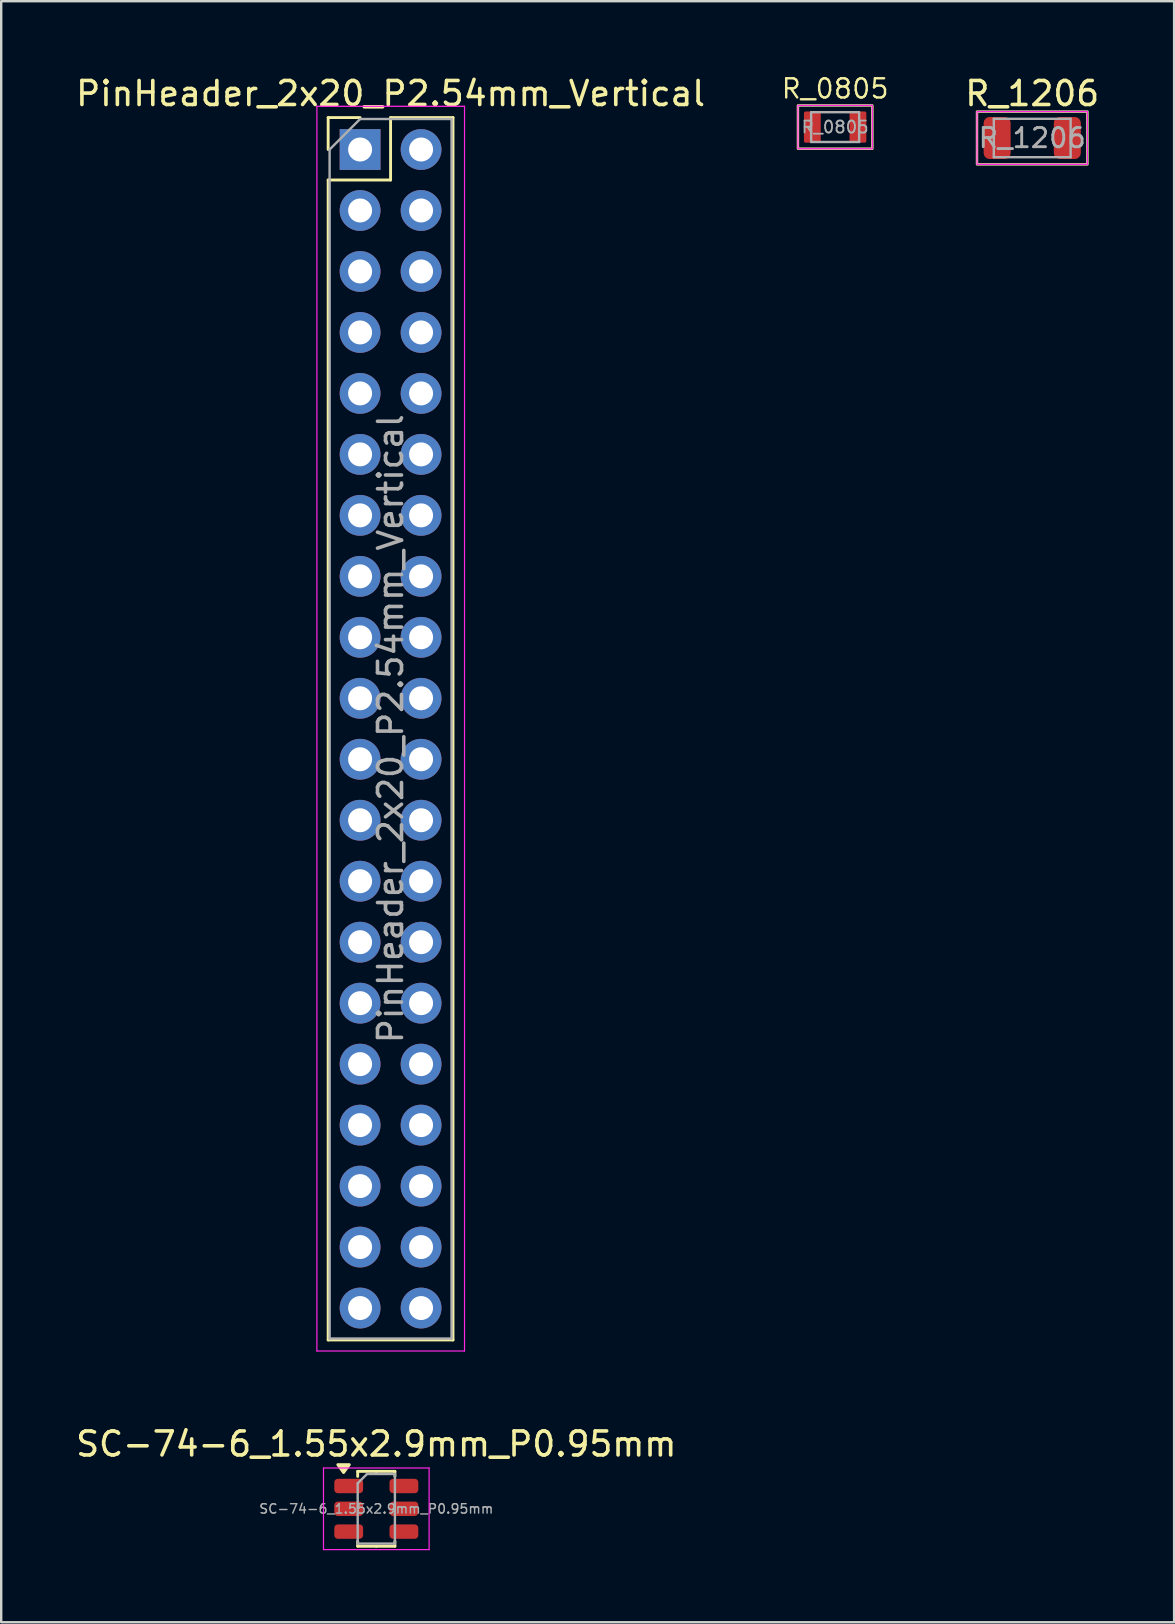
<source format=kicad_pcb>
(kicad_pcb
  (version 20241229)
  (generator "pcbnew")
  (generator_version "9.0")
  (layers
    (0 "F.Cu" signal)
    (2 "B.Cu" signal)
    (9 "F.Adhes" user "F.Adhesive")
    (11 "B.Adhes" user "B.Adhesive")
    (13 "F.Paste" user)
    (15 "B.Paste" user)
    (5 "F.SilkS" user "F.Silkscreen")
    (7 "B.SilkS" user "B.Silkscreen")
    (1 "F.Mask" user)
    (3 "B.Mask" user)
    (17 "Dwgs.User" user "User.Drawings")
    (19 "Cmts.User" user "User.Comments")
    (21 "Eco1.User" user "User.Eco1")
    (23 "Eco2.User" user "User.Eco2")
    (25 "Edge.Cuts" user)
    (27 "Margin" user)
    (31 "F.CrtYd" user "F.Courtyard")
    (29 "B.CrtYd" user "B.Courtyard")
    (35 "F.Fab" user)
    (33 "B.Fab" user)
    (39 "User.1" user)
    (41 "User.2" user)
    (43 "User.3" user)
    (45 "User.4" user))
  (footprint "PinHeader_2x20_P2.54mm_Vertical"
    (layer "F.Cu")
    (at 11.95 3.178)
    (property "Reference" "PinHeader_2x20_P2.54mm_Vertical" (at 1.27 -2.33 0) (layer "F.SilkS") (effects (font (size 1 1) (thickness 0.15))))
    (attr through_hole)
    (fp_line (start -1.33 -1.33) (end 0 -1.33) (stroke (width 0.12) (type solid)) (layer "F.SilkS"))
    (fp_line (start -1.33 0) (end -1.33 -1.33) (stroke (width 0.12) (type solid)) (layer "F.SilkS"))
    (fp_line (start -1.33 1.27) (end -1.33 49.59) (stroke (width 0.12) (type solid)) (layer "F.SilkS"))
    (fp_line (start -1.33 1.27) (end 1.27 1.27) (stroke (width 0.12) (type solid)) (layer "F.SilkS"))
    (fp_line (start -1.33 49.59) (end 3.87 49.59) (stroke (width 0.12) (type solid)) (layer "F.SilkS"))
    (fp_line (start 1.27 -1.33) (end 3.87 -1.33) (stroke (width 0.12) (type solid)) (layer "F.SilkS"))
    (fp_line (start 1.27 1.27) (end 1.27 -1.33) (stroke (width 0.12) (type solid)) (layer "F.SilkS"))
    (fp_line (start 3.87 -1.33) (end 3.87 49.59) (stroke (width 0.12) (type solid)) (layer "F.SilkS"))
    (fp_line (start -1.8 -1.8) (end -1.8 50.05) (stroke (width 0.05) (type solid)) (layer "F.CrtYd"))
    (fp_line (start -1.8 50.05) (end 4.35 50.05) (stroke (width 0.05) (type solid)) (layer "F.CrtYd"))
    (fp_line (start 4.35 -1.8) (end -1.8 -1.8) (stroke (width 0.05) (type solid)) (layer "F.CrtYd"))
    (fp_line (start 4.35 50.05) (end 4.35 -1.8) (stroke (width 0.05) (type solid)) (layer "F.CrtYd"))
    (fp_line (start -1.27 0) (end 0 -1.27) (stroke (width 0.1) (type solid)) (layer "F.Fab"))
    (fp_line (start -1.27 49.53) (end -1.27 0) (stroke (width 0.1) (type solid)) (layer "F.Fab"))
    (fp_line (start 0 -1.27) (end 3.81 -1.27) (stroke (width 0.1) (type solid)) (layer "F.Fab"))
    (fp_line (start 3.81 -1.27) (end 3.81 49.53) (stroke (width 0.1) (type solid)) (layer "F.Fab"))
    (fp_line (start 3.81 49.53) (end -1.27 49.53) (stroke (width 0.1) (type solid)) (layer "F.Fab"))
    (fp_text user "${REFERENCE}" (at 1.27 24.13 90) (layer "F.Fab") (effects (font (size 1 1) (thickness 0.15))))
    (pad "1" thru_hole rect (at 0 0) (size 1.7 1.7) (drill 1) (layers "*.Cu" "*.Mask"))
    (pad "2" thru_hole oval (at 2.54 0) (size 1.7 1.7) (drill 1) (layers "*.Cu" "*.Mask"))
    (pad "3" thru_hole oval (at 0 2.54) (size 1.7 1.7) (drill 1) (layers "*.Cu" "*.Mask"))
    (pad "4" thru_hole oval (at 2.54 2.54) (size 1.7 1.7) (drill 1) (layers "*.Cu" "*.Mask"))
    (pad "5" thru_hole oval (at 0 5.08) (size 1.7 1.7) (drill 1) (layers "*.Cu" "*.Mask"))
    (pad "6" thru_hole oval (at 2.54 5.08) (size 1.7 1.7) (drill 1) (layers "*.Cu" "*.Mask"))
    (pad "7" thru_hole oval (at 0 7.62) (size 1.7 1.7) (drill 1) (layers "*.Cu" "*.Mask"))
    (pad "8" thru_hole oval (at 2.54 7.62) (size 1.7 1.7) (drill 1) (layers "*.Cu" "*.Mask"))
    (pad "9" thru_hole oval (at 0 10.16) (size 1.7 1.7) (drill 1) (layers "*.Cu" "*.Mask"))
    (pad "10" thru_hole oval (at 2.54 10.16) (size 1.7 1.7) (drill 1) (layers "*.Cu" "*.Mask"))
    (pad "11" thru_hole oval (at 0 12.7) (size 1.7 1.7) (drill 1) (layers "*.Cu" "*.Mask"))
    (pad "12" thru_hole oval (at 2.54 12.7) (size 1.7 1.7) (drill 1) (layers "*.Cu" "*.Mask"))
    (pad "13" thru_hole oval (at 0 15.24) (size 1.7 1.7) (drill 1) (layers "*.Cu" "*.Mask"))
    (pad "14" thru_hole oval (at 2.54 15.24) (size 1.7 1.7) (drill 1) (layers "*.Cu" "*.Mask"))
    (pad "15" thru_hole oval (at 0 17.78) (size 1.7 1.7) (drill 1) (layers "*.Cu" "*.Mask"))
    (pad "16" thru_hole oval (at 2.54 17.78) (size 1.7 1.7) (drill 1) (layers "*.Cu" "*.Mask"))
    (pad "17" thru_hole oval (at 0 20.32) (size 1.7 1.7) (drill 1) (layers "*.Cu" "*.Mask"))
    (pad "18" thru_hole oval (at 2.54 20.32) (size 1.7 1.7) (drill 1) (layers "*.Cu" "*.Mask"))
    (pad "19" thru_hole oval (at 0 22.86) (size 1.7 1.7) (drill 1) (layers "*.Cu" "*.Mask"))
    (pad "20" thru_hole oval (at 2.54 22.86) (size 1.7 1.7) (drill 1) (layers "*.Cu" "*.Mask"))
    (pad "21" thru_hole oval (at 0 25.4) (size 1.7 1.7) (drill 1) (layers "*.Cu" "*.Mask"))
    (pad "22" thru_hole oval (at 2.54 25.4) (size 1.7 1.7) (drill 1) (layers "*.Cu" "*.Mask"))
    (pad "23" thru_hole oval (at 0 27.94) (size 1.7 1.7) (drill 1) (layers "*.Cu" "*.Mask"))
    (pad "24" thru_hole oval (at 2.54 27.94) (size 1.7 1.7) (drill 1) (layers "*.Cu" "*.Mask"))
    (pad "25" thru_hole oval (at 0 30.48) (size 1.7 1.7) (drill 1) (layers "*.Cu" "*.Mask"))
    (pad "26" thru_hole oval (at 2.54 30.48) (size 1.7 1.7) (drill 1) (layers "*.Cu" "*.Mask"))
    (pad "27" thru_hole oval (at 0 33.02) (size 1.7 1.7) (drill 1) (layers "*.Cu" "*.Mask"))
    (pad "28" thru_hole oval (at 2.54 33.02) (size 1.7 1.7) (drill 1) (layers "*.Cu" "*.Mask"))
    (pad "29" thru_hole oval (at 0 35.56) (size 1.7 1.7) (drill 1) (layers "*.Cu" "*.Mask"))
    (pad "30" thru_hole oval (at 2.54 35.56) (size 1.7 1.7) (drill 1) (layers "*.Cu" "*.Mask"))
    (pad "31" thru_hole oval (at 0 38.1) (size 1.7 1.7) (drill 1) (layers "*.Cu" "*.Mask"))
    (pad "32" thru_hole oval (at 2.54 38.1) (size 1.7 1.7) (drill 1) (layers "*.Cu" "*.Mask"))
    (pad "33" thru_hole oval (at 0 40.64) (size 1.7 1.7) (drill 1) (layers "*.Cu" "*.Mask"))
    (pad "34" thru_hole oval (at 2.54 40.64) (size 1.7 1.7) (drill 1) (layers "*.Cu" "*.Mask"))
    (pad "35" thru_hole oval (at 0 43.18) (size 1.7 1.7) (drill 1) (layers "*.Cu" "*.Mask"))
    (pad "36" thru_hole oval (at 2.54 43.18) (size 1.7 1.7) (drill 1) (layers "*.Cu" "*.Mask"))
    (pad "37" thru_hole oval (at 0 45.72) (size 1.7 1.7) (drill 1) (layers "*.Cu" "*.Mask"))
    (pad "38" thru_hole oval (at 2.54 45.72) (size 1.7 1.7) (drill 1) (layers "*.Cu" "*.Mask"))
    (pad "39" thru_hole oval (at 0 48.26) (size 1.7 1.7) (drill 1) (layers "*.Cu" "*.Mask"))
    (pad "40" thru_hole oval (at 2.54 48.26) (size 1.7 1.7) (drill 1) (layers "*.Cu" "*.Mask")))
  (footprint "R_1206"
    (layer "F.Cu")
    (at 39.948 2.698)
    (property "Reference" "R_1206" (at 0 -1.85 0) (unlocked yes) (layer "F.SilkS") (effects (font (size 1 1) (thickness 0.15))))
    (attr smd)
    (fp_rect (start -2.3 -1.1) (end 2.3 1.1) (stroke (width 0.1) (type default)) (fill no) (layer "F.SilkS"))
    (fp_rect (start -2.3 -1.1) (end 2.3 1.1) (stroke (width 0.05) (type default)) (fill no) (layer "F.CrtYd"))
    (fp_line (start -1.6 -0.8) (end 1.6 -0.8) (stroke (width 0.1) (type solid)) (layer "F.Fab"))
    (fp_line (start -1.6 0.8) (end -1.6 -0.8) (stroke (width 0.1) (type solid)) (layer "F.Fab"))
    (fp_line (start 1.6 -0.8) (end 1.6 0.8) (stroke (width 0.1) (type solid)) (layer "F.Fab"))
    (fp_line (start 1.6 0.8) (end -1.6 0.8) (stroke (width 0.1) (type solid)) (layer "F.Fab"))
    (fp_text user "${REFERENCE}" (at 0 0 0) (layer "F.Fab") (effects (font (size 0.8 0.8) (thickness 0.12))))
    (pad "1" smd roundrect (at -1.462 0) (size 1.125 1.75) (layers "F.Cu" "F.Mask" "F.Paste") (roundrect_rratio 0.222))
    (pad "2" smd roundrect (at 1.462 0) (size 1.125 1.75) (layers "F.Cu" "F.Mask" "F.Paste") (roundrect_rratio 0.222)))
  (footprint "SC-74-6_1.55x2.9mm_P0.95mm"
    (layer "F.Cu")
    (at 12.625 59.801)
    (property "Reference" "SC-74-6_1.55x2.9mm_P0.95mm" (at 0 -2.7 0) (layer "F.SilkS") (effects (font (size 1 1) (thickness 0.15))))
    (attr smd)
    (fp_line (start -0.775 -1.35) (end -0.775 -1.56) (stroke (width 0.12) (type default)) (layer "F.SilkS"))
    (fp_line (start -0.775 1.56) (end -0.775 1.35) (stroke (width 0.12) (type default)) (layer "F.SilkS"))
    (fp_line (start 0 -1.56) (end -0.775 -1.56) (stroke (width 0.12) (type solid)) (layer "F.SilkS"))
    (fp_line (start 0 -1.56) (end 0.775 -1.56) (stroke (width 0.12) (type solid)) (layer "F.SilkS"))
    (fp_line (start 0 1.56) (end -0.775 1.56) (stroke (width 0.12) (type solid)) (layer "F.SilkS"))
    (fp_line (start 0 1.56) (end 0.775 1.56) (stroke (width 0.12) (type solid)) (layer "F.SilkS"))
    (fp_line (start 0.775 -1.35) (end 0.775 -1.56) (stroke (width 0.12) (type default)) (layer "F.SilkS"))
    (fp_line (start 0.775 1.56) (end 0.775 1.35) (stroke (width 0.12) (type default)) (layer "F.SilkS"))
    (fp_poly (pts (xy -1.363 -1.51) (xy -1.603 -1.84) (xy -1.123 -1.84) (xy -1.363 -1.51)) (stroke (width 0.12) (type solid)) (fill yes) (layer "F.SilkS"))
    (fp_line (start -2.2 -1.7) (end -2.2 1.7) (stroke (width 0.05) (type solid)) (layer "F.CrtYd"))
    (fp_line (start -2.2 1.7) (end 2.2 1.7) (stroke (width 0.05) (type solid)) (layer "F.CrtYd"))
    (fp_line (start 2.2 -1.7) (end -2.2 -1.7) (stroke (width 0.05) (type solid)) (layer "F.CrtYd"))
    (fp_line (start 2.2 1.7) (end 2.2 -1.7) (stroke (width 0.05) (type solid)) (layer "F.CrtYd"))
    (fp_line (start -0.775 -1.062) (end -0.388 -1.45) (stroke (width 0.1) (type solid)) (layer "F.Fab"))
    (fp_line (start -0.775 1.45) (end -0.775 -1.062) (stroke (width 0.1) (type solid)) (layer "F.Fab"))
    (fp_line (start -0.388 -1.45) (end 0.775 -1.45) (stroke (width 0.1) (type solid)) (layer "F.Fab"))
    (fp_line (start 0.775 -1.45) (end 0.775 1.45) (stroke (width 0.1) (type solid)) (layer "F.Fab"))
    (fp_line (start 0.775 1.45) (end -0.775 1.45) (stroke (width 0.1) (type solid)) (layer "F.Fab"))
    (fp_text user "${REFERENCE}" (at 0 0 0) (layer "F.Fab") (effects (font (size 0.39 0.39) (thickness 0.06))))
    (pad "1" smd roundrect (at -1.15 -0.95) (size 1.2 0.6) (layers "F.Cu" "F.Mask" "F.Paste") (roundrect_rratio 0.25))
    (pad "2" smd roundrect (at -1.15 0) (size 1.2 0.6) (layers "F.Cu" "F.Mask" "F.Paste") (roundrect_rratio 0.25))
    (pad "3" smd roundrect (at -1.15 0.95) (size 1.2 0.6) (layers "F.Cu" "F.Mask" "F.Paste") (roundrect_rratio 0.25))
    (pad "4" smd roundrect (at 1.15 0.95) (size 1.2 0.6) (layers "F.Cu" "F.Mask" "F.Paste") (roundrect_rratio 0.25))
    (pad "5" smd roundrect (at 1.15 0) (size 1.2 0.6) (layers "F.Cu" "F.Mask" "F.Paste") (roundrect_rratio 0.25))
    (pad "6" smd roundrect (at 1.15 -0.95) (size 1.2 0.6) (layers "F.Cu" "F.Mask" "F.Paste") (roundrect_rratio 0.25)))
  (footprint "R_0805"
    (layer "F.Cu")
    (at 31.739 2.244)
    (property "Reference" "R_0805" (at 0 -1.6 0) (unlocked yes) (layer "F.SilkS") (effects (font (size 0.8 0.8) (thickness 0.1))))
    (attr smd)
    (fp_rect (start -1.55 -0.9) (end 1.55 0.9) (stroke (width 0.1) (type default)) (fill no) (layer "F.SilkS"))
    (fp_rect (start -1.55 -0.9) (end 1.55 0.9) (stroke (width 0.05) (type default)) (fill no) (layer "F.CrtYd"))
    (fp_line (start -1 -0.62) (end 1 -0.62) (stroke (width 0.1) (type solid)) (layer "F.Fab"))
    (fp_line (start -1 0.62) (end -1 -0.62) (stroke (width 0.1) (type solid)) (layer "F.Fab"))
    (fp_line (start 1 -0.62) (end 1 0.62) (stroke (width 0.1) (type solid)) (layer "F.Fab"))
    (fp_line (start 1 0.62) (end -1 0.62) (stroke (width 0.1) (type solid)) (layer "F.Fab"))
    (fp_text user "${REFERENCE}" (at 0 0 0) (layer "F.Fab") (effects (font (size 0.5 0.5) (thickness 0.075))))
    (pad "1" smd roundrect (at -0.95 0) (size 0.7 1.3) (layers "F.Cu" "F.Mask" "F.Paste") (roundrect_rratio 0.1))
    (pad "2" smd roundrect (at 0.95 0) (size 0.7 1.3) (layers "F.Cu" "F.Mask" "F.Paste") (roundrect_rratio 0.1)))
  (gr_rect
    (start -3 -3)
    (end 45.859 64.526)
    (stroke (width 0.1) (type default))
    (fill no)
    (layer "Edge.Cuts")))
</source>
